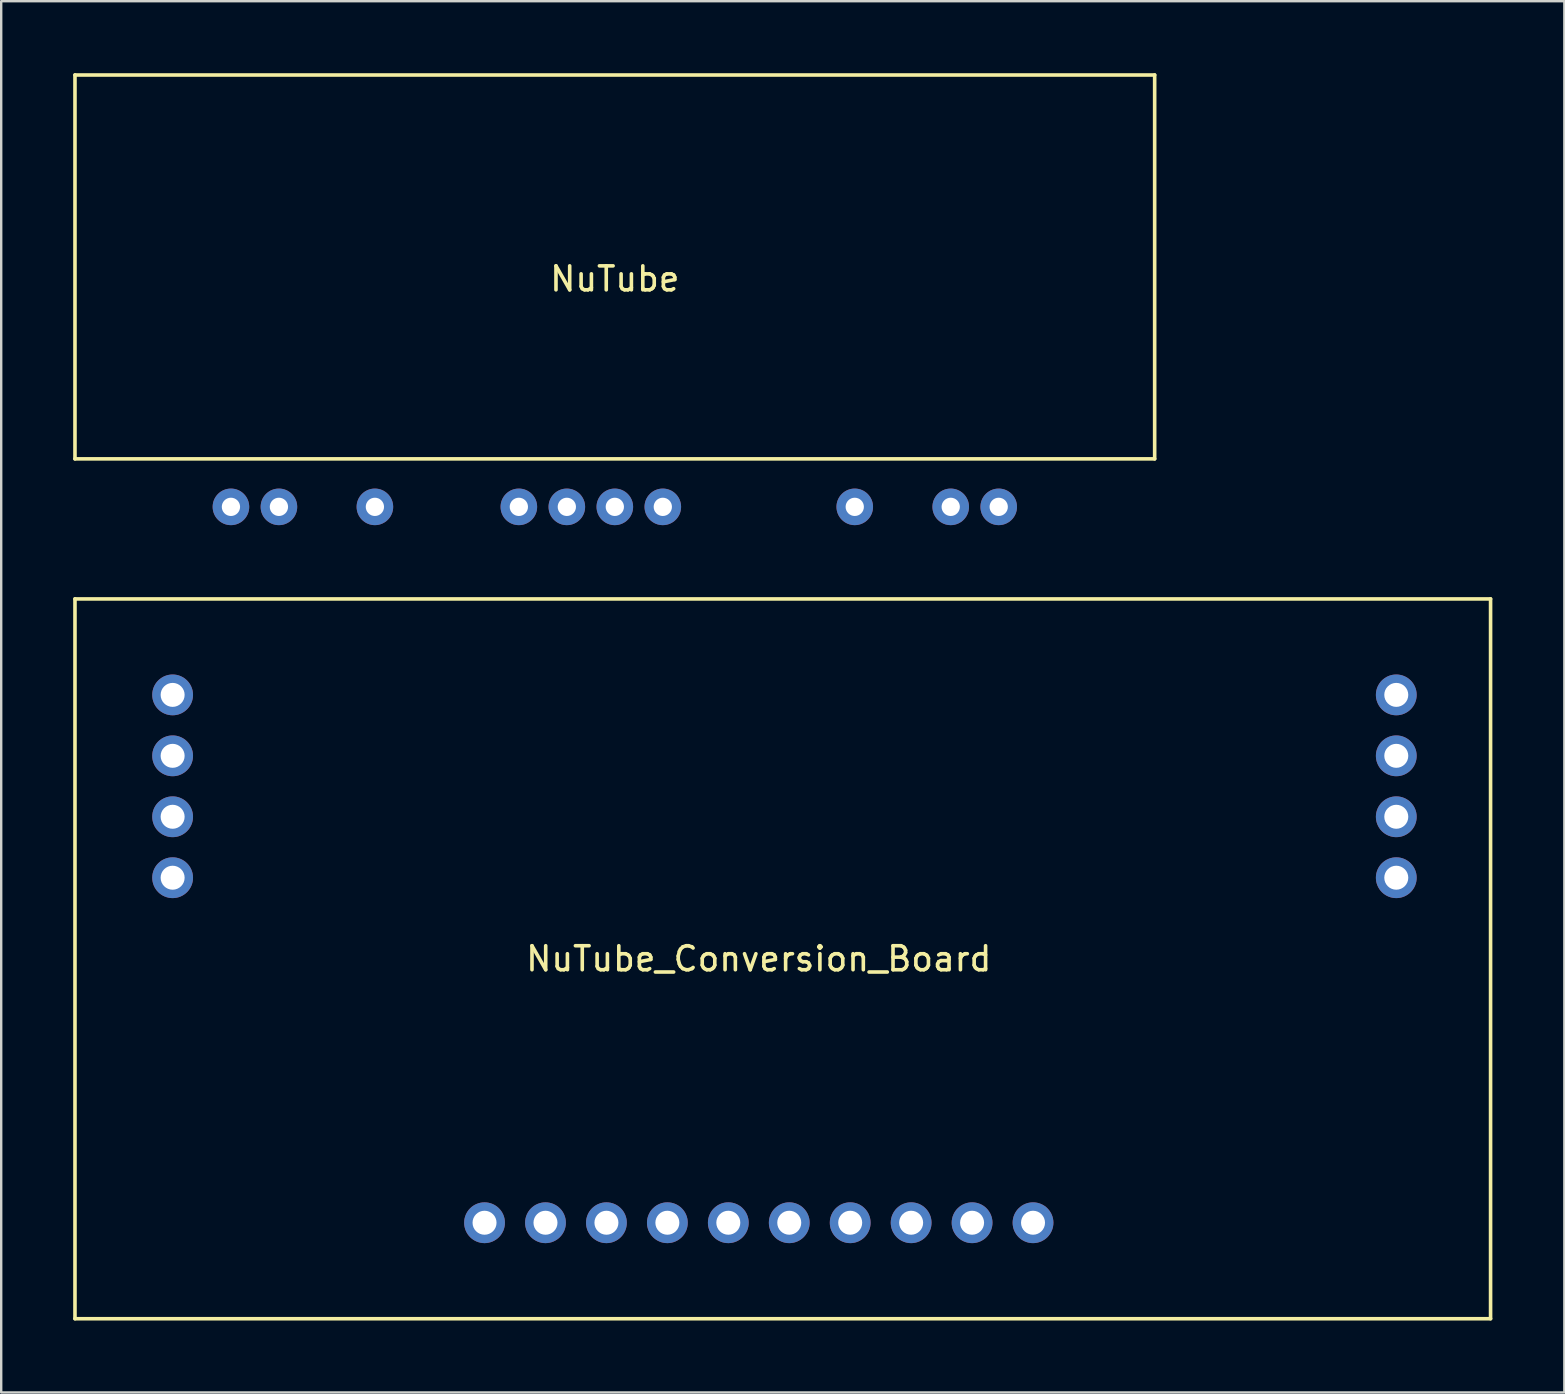
<source format=kicad_pcb>
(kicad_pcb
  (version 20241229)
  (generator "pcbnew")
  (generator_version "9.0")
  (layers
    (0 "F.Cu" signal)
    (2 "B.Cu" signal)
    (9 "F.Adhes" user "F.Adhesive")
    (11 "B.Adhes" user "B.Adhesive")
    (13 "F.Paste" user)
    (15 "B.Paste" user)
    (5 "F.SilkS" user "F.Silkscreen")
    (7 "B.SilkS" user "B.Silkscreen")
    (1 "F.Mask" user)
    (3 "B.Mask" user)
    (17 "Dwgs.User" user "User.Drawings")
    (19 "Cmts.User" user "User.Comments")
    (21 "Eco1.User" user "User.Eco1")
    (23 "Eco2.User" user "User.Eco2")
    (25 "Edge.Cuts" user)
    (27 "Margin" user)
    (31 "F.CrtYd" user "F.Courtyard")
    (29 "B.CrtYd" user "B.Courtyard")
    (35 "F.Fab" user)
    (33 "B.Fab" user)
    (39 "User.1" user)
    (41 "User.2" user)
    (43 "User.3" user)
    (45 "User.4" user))
  (footprint "NuTube"
    (layer "F.Cu")
    (at 22.575 8.075)
    (property "Reference" "NuTube" (at 0 0.5 0) (layer "F.SilkS") (effects (font (size 1 1) (thickness 0.15))))
    (attr through_hole)
    (fp_line (start -22.5 -8) (end -22.5 8) (stroke (width 0.15) (type solid)) (layer "F.SilkS"))
    (fp_line (start -22.5 -8) (end 22.5 -8) (stroke (width 0.15) (type solid)) (layer "F.SilkS"))
    (fp_line (start -22.5 8) (end 22.5 8) (stroke (width 0.15) (type solid)) (layer "F.SilkS"))
    (fp_line (start 22.5 -8) (end 22.5 8) (stroke (width 0.15) (type solid)) (layer "F.SilkS"))
    (pad "1" thru_hole circle (at -16 10) (size 1.524 1.524) (drill 0.762) (layers "*.Cu" "*.Mask"))
    (pad "2" thru_hole circle (at -14 10) (size 1.524 1.524) (drill 0.762) (layers "*.Cu" "*.Mask"))
    (pad "3" thru_hole circle (at -10 10) (size 1.524 1.524) (drill 0.762) (layers "*.Cu" "*.Mask"))
    (pad "4" thru_hole circle (at -4 10) (size 1.524 1.524) (drill 0.762) (layers "*.Cu" "*.Mask"))
    (pad "5" thru_hole circle (at -2 10) (size 1.524 1.524) (drill 0.762) (layers "*.Cu" "*.Mask"))
    (pad "6" thru_hole circle (at 0 10) (size 1.524 1.524) (drill 0.762) (layers "*.Cu" "*.Mask"))
    (pad "7" thru_hole circle (at 2 10) (size 1.524 1.524) (drill 0.762) (layers "*.Cu" "*.Mask"))
    (pad "8" thru_hole circle (at 10 10) (size 1.524 1.524) (drill 0.762) (layers "*.Cu" "*.Mask"))
    (pad "9" thru_hole circle (at 14 10) (size 1.524 1.524) (drill 0.762) (layers "*.Cu" "*.Mask"))
    (pad "10" thru_hole circle (at 16 10) (size 1.524 1.524) (drill 0.762) (layers "*.Cu" "*.Mask")))
  (footprint "NuTube_Conversion_Board"
    (layer "F.Cu")
    (at 28.575 36.912)
    (property "Reference" "NuTube_Conversion_Board" (at 0 0 0) (layer "F.SilkS") (effects (font (size 1 1) (thickness 0.15))))
    (attr through_hole)
    (fp_line (start -28.5 -15) (end 30.5 -15) (stroke (width 0.15) (type solid)) (layer "F.SilkS"))
    (fp_line (start -28.5 15) (end -28.5 -15) (stroke (width 0.15) (type solid)) (layer "F.SilkS"))
    (fp_line (start 30.5 -15) (end 30.5 15) (stroke (width 0.15) (type solid)) (layer "F.SilkS"))
    (fp_line (start 30.5 15) (end -28.5 15) (stroke (width 0.15) (type solid)) (layer "F.SilkS"))
    (pad "1" thru_hole circle (at -11.43 11) (size 1.7 1.7) (drill 1) (layers "*.Cu" "*.Mask"))
    (pad "2" thru_hole circle (at -8.89 11) (size 1.7 1.7) (drill 1) (layers "*.Cu" "*.Mask"))
    (pad "3" thru_hole circle (at -6.35 11) (size 1.7 1.7) (drill 1) (layers "*.Cu" "*.Mask"))
    (pad "4" thru_hole circle (at -3.81 11) (size 1.7 1.7) (drill 1) (layers "*.Cu" "*.Mask"))
    (pad "5" thru_hole circle (at -24.43 -11) (size 1.7 1.7) (drill 1) (layers "*.Cu" "*.Mask"))
    (pad "5" thru_hole circle (at -24.43 -8.46) (size 1.7 1.7) (drill 1) (layers "*.Cu" "*.Mask"))
    (pad "5" thru_hole circle (at -24.43 -5.92) (size 1.7 1.7) (drill 1) (layers "*.Cu" "*.Mask"))
    (pad "5" thru_hole circle (at -24.43 -3.38) (size 1.7 1.7) (drill 1) (layers "*.Cu" "*.Mask"))
    (pad "5" thru_hole circle (at -1.27 11) (size 1.7 1.7) (drill 1) (layers "*.Cu" "*.Mask"))
    (pad "5" thru_hole circle (at 26.57 -11) (size 1.7 1.7) (drill 1) (layers "*.Cu" "*.Mask"))
    (pad "5" thru_hole circle (at 26.57 -8.46) (size 1.7 1.7) (drill 1) (layers "*.Cu" "*.Mask"))
    (pad "5" thru_hole circle (at 26.57 -5.92) (size 1.7 1.7) (drill 1) (layers "*.Cu" "*.Mask"))
    (pad "5" thru_hole circle (at 26.57 -3.38) (size 1.7 1.7) (drill 1) (layers "*.Cu" "*.Mask"))
    (pad "6" thru_hole circle (at 1.27 11) (size 1.7 1.7) (drill 1) (layers "*.Cu" "*.Mask"))
    (pad "7" thru_hole circle (at 3.81 11) (size 1.7 1.7) (drill 1) (layers "*.Cu" "*.Mask"))
    (pad "8" thru_hole circle (at 6.35 11) (size 1.7 1.7) (drill 1) (layers "*.Cu" "*.Mask"))
    (pad "9" thru_hole circle (at 8.89 11) (size 1.7 1.7) (drill 1) (layers "*.Cu" "*.Mask"))
    (pad "10" thru_hole circle (at 11.43 11) (size 1.7 1.7) (drill 1) (layers "*.Cu" "*.Mask")))
  (gr_rect
    (start -3 -3)
    (end 62.15 54.987)
    (stroke (width 0.1) (type default))
    (fill no)
    (layer "Edge.Cuts")))
</source>
